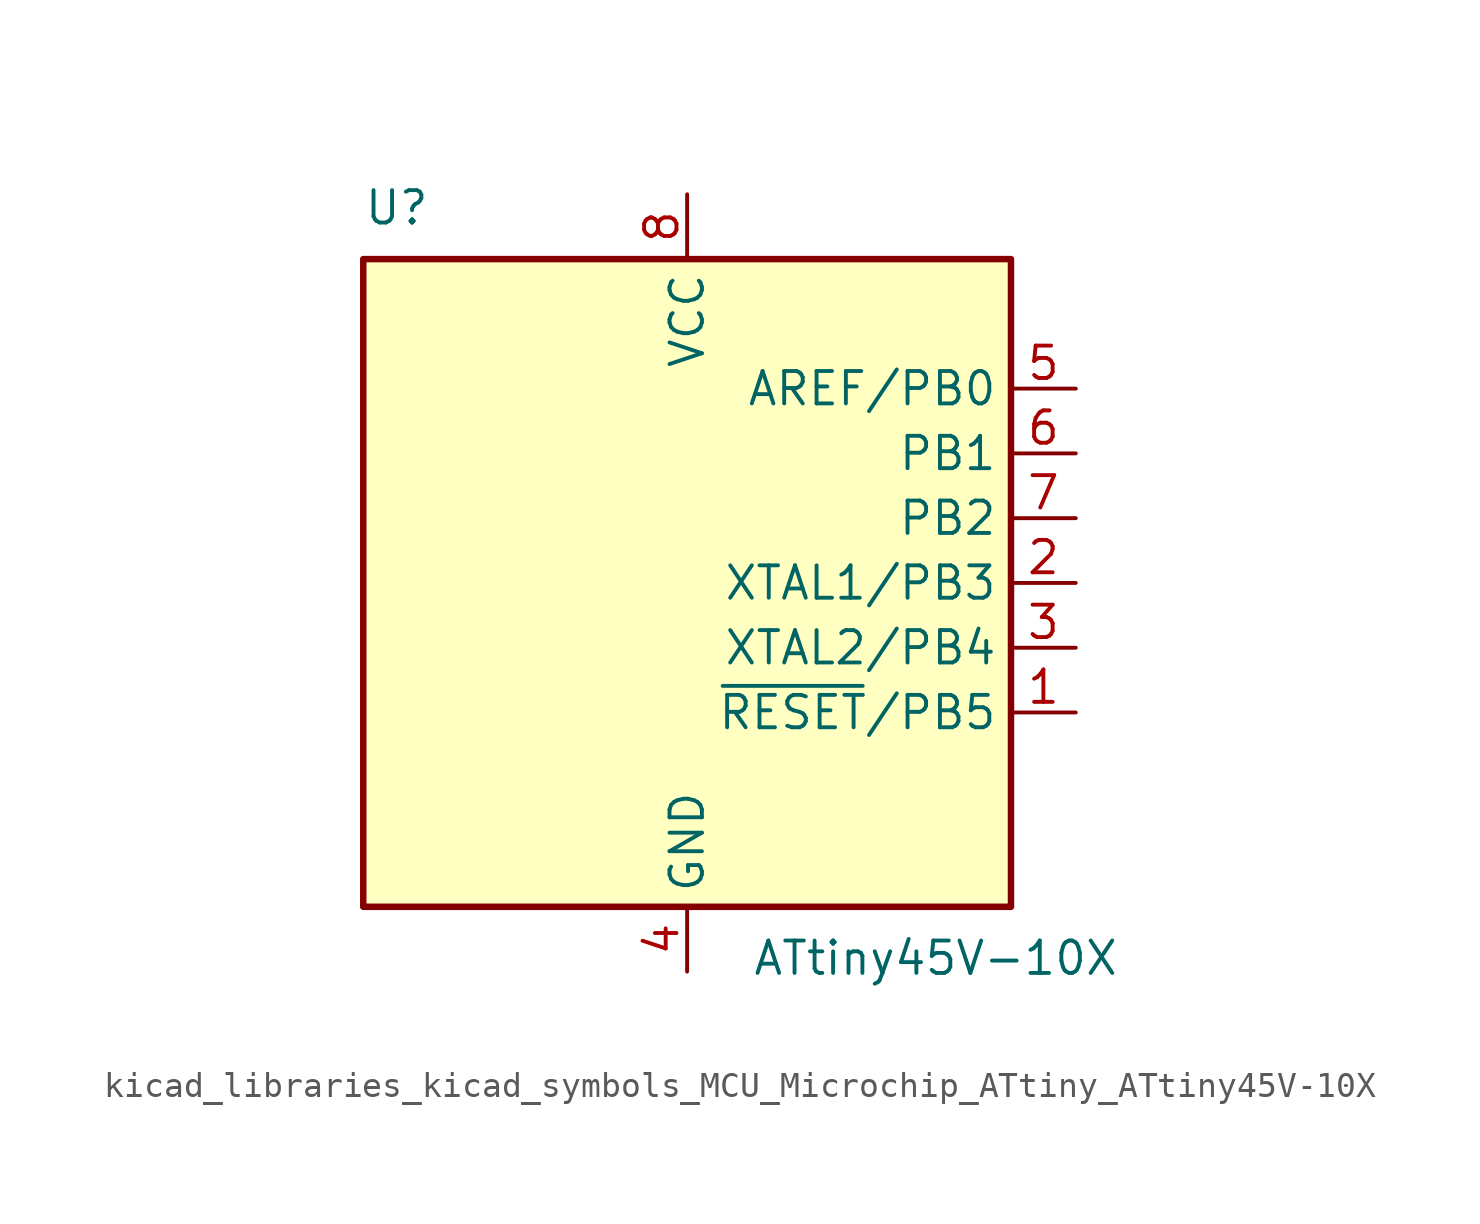
<source format=kicad_sym>
(kicad_symbol_lib
  (version 20220914)
  (generator kicad_symbol_editor)
  (symbol "kicad_libraries_kicad_symbols_MCU_Microchip_ATtiny_ATtiny45V-10X"
    (property "Reference" "U"
      (at -12.7 13.97 0)
      (effects (font (size 1.27 1.27)) (justify left bottom)))
    (property "Value" "ATtiny45V-10X"
      (at 2.54 -13.97 0)
      (effects (font (size 1.27 1.27)) (justify left top)))
    (symbol "kicad_libraries_kicad_symbols_MCU_Microchip_ATtiny_ATtiny45V-10X_0_1"
      (rectangle (start -12.7 -12.7) (end 12.7 12.7) (stroke (width 0.254) (type default)) (fill (type background))))
    (symbol "kicad_libraries_kicad_symbols_MCU_Microchip_ATtiny_ATtiny45V-10X_1_1"
      (pin bidirectional line (at 15.24 -5.08 180) (length 2.54) (name "~{RESET}/PB5" (effects (font (size 1.27 1.27)))) (number "1" (effects (font (size 1.27 1.27)))))
      (pin bidirectional line (at 15.24 0 180) (length 2.54) (name "XTAL1/PB3" (effects (font (size 1.27 1.27)))) (number "2" (effects (font (size 1.27 1.27)))))
      (pin bidirectional line (at 15.24 -2.54 180) (length 2.54) (name "XTAL2/PB4" (effects (font (size 1.27 1.27)))) (number "3" (effects (font (size 1.27 1.27)))))
      (pin power_in line (at 0 -15.24 90) (length 2.54) (name "GND" (effects (font (size 1.27 1.27)))) (number "4" (effects (font (size 1.27 1.27)))))
      (pin bidirectional line (at 15.24 7.62 180) (length 2.54) (name "AREF/PB0" (effects (font (size 1.27 1.27)))) (number "5" (effects (font (size 1.27 1.27)))))
      (pin bidirectional line (at 15.24 5.08 180) (length 2.54) (name "PB1" (effects (font (size 1.27 1.27)))) (number "6" (effects (font (size 1.27 1.27)))))
      (pin bidirectional line (at 15.24 2.54 180) (length 2.54) (name "PB2" (effects (font (size 1.27 1.27)))) (number "7" (effects (font (size 1.27 1.27)))))
      (pin power_in line (at 0 15.24 270) (length 2.54) (name "VCC" (effects (font (size 1.27 1.27)))) (number "8" (effects (font (size 1.27 1.27))))))))
</source>
